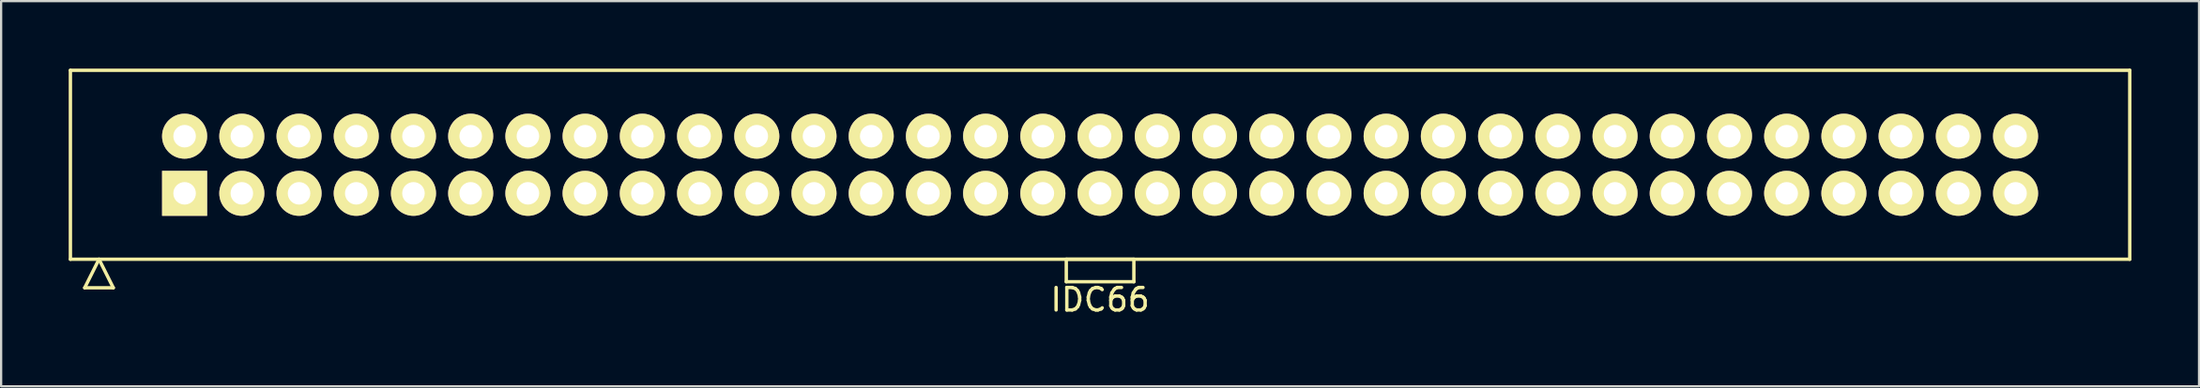
<source format=kicad_pcb>
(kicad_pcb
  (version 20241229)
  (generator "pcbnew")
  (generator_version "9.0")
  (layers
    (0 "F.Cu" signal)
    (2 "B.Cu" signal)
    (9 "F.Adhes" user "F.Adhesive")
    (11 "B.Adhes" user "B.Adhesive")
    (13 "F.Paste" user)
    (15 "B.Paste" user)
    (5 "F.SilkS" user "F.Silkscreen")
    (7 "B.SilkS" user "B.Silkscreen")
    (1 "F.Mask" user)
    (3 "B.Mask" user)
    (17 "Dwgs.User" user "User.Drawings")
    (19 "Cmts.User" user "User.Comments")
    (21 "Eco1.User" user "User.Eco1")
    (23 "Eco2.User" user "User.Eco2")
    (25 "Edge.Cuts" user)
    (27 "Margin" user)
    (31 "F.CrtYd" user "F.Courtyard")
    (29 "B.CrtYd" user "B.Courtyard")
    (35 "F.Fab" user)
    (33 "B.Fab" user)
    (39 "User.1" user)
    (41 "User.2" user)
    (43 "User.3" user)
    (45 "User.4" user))
  (footprint "IDC66"
    (layer "F.Cu")
    (at 45.785 4.275)
    (property "Reference" "IDC66" (at 0 6 0) (layer "F.SilkS") (effects (font (size 1 1) (thickness 0.15))))
    (attr through_hole)
    (fp_line (start -45.71 -4.2) (end -45.71 4.2) (stroke (width 0.15) (type solid)) (layer "F.SilkS"))
    (fp_line (start -45.71 4.2) (end 45.71 4.2) (stroke (width 0.15) (type solid)) (layer "F.SilkS"))
    (fp_line (start -45.075 5.47) (end -44.44 4.2) (stroke (width 0.15) (type solid)) (layer "F.SilkS"))
    (fp_line (start -45.075 5.47) (end -43.805 5.47) (stroke (width 0.15) (type solid)) (layer "F.SilkS"))
    (fp_line (start -43.805 5.47) (end -44.44 4.2) (stroke (width 0.15) (type solid)) (layer "F.SilkS"))
    (fp_line (start -1.5 4.2) (end -1.5 5.2) (stroke (width 0.15) (type solid)) (layer "F.SilkS"))
    (fp_line (start -1.5 5.2) (end 1.5 5.2) (stroke (width 0.15) (type solid)) (layer "F.SilkS"))
    (fp_line (start 1.5 4.2) (end -1.5 4.2) (stroke (width 0.15) (type solid)) (layer "F.SilkS"))
    (fp_line (start 1.5 5.2) (end 1.5 4.2) (stroke (width 0.15) (type solid)) (layer "F.SilkS"))
    (fp_line (start 45.71 -4.2) (end -45.71 -4.2) (stroke (width 0.15) (type solid)) (layer "F.SilkS"))
    (fp_line (start 45.71 4.2) (end 45.71 -4.2) (stroke (width 0.15) (type solid)) (layer "F.SilkS"))
    (pad "1" thru_hole rect (at -40.64 1.27) (size 2 2) (drill 1) (layers "*.Cu" "*.Mask" "F.SilkS"))
    (pad "2" thru_hole circle (at -40.64 -1.27) (size 2 2) (drill 1) (layers "*.Cu" "*.Mask" "F.SilkS"))
    (pad "3" thru_hole circle (at -38.1 1.27) (size 2 2) (drill 1) (layers "*.Cu" "*.Mask" "F.SilkS"))
    (pad "4" thru_hole circle (at -38.1 -1.27) (size 2 2) (drill 1) (layers "*.Cu" "*.Mask" "F.SilkS"))
    (pad "5" thru_hole circle (at -35.56 1.27) (size 2 2) (drill 1) (layers "*.Cu" "*.Mask" "F.SilkS"))
    (pad "6" thru_hole circle (at -35.56 -1.27) (size 2 2) (drill 1) (layers "*.Cu" "*.Mask" "F.SilkS"))
    (pad "7" thru_hole circle (at -33.02 1.27) (size 2 2) (drill 1) (layers "*.Cu" "*.Mask" "F.SilkS"))
    (pad "8" thru_hole circle (at -33.02 -1.27) (size 2 2) (drill 1) (layers "*.Cu" "*.Mask" "F.SilkS"))
    (pad "9" thru_hole circle (at -30.48 1.27) (size 2 2) (drill 1) (layers "*.Cu" "*.Mask" "F.SilkS"))
    (pad "10" thru_hole circle (at -30.48 -1.27) (size 2 2) (drill 1) (layers "*.Cu" "*.Mask" "F.SilkS"))
    (pad "11" thru_hole circle (at -27.94 1.27) (size 2 2) (drill 1) (layers "*.Cu" "*.Mask" "F.SilkS"))
    (pad "12" thru_hole circle (at -27.94 -1.27) (size 2 2) (drill 1) (layers "*.Cu" "*.Mask" "F.SilkS"))
    (pad "13" thru_hole circle (at -25.4 1.27) (size 2 2) (drill 1) (layers "*.Cu" "*.Mask" "F.SilkS"))
    (pad "14" thru_hole circle (at -25.4 -1.27) (size 2 2) (drill 1) (layers "*.Cu" "*.Mask" "F.SilkS"))
    (pad "15" thru_hole circle (at -22.86 1.27) (size 2 2) (drill 1) (layers "*.Cu" "*.Mask" "F.SilkS"))
    (pad "16" thru_hole circle (at -22.86 -1.27) (size 2 2) (drill 1) (layers "*.Cu" "*.Mask" "F.SilkS"))
    (pad "17" thru_hole circle (at -20.32 1.27) (size 2 2) (drill 1) (layers "*.Cu" "*.Mask" "F.SilkS"))
    (pad "18" thru_hole circle (at -20.32 -1.27) (size 2 2) (drill 1) (layers "*.Cu" "*.Mask" "F.SilkS"))
    (pad "19" thru_hole circle (at -17.78 1.27) (size 2 2) (drill 1) (layers "*.Cu" "*.Mask" "F.SilkS"))
    (pad "20" thru_hole circle (at -17.78 -1.27) (size 2 2) (drill 1) (layers "*.Cu" "*.Mask" "F.SilkS"))
    (pad "21" thru_hole circle (at -15.24 1.27) (size 2 2) (drill 1) (layers "*.Cu" "*.Mask" "F.SilkS"))
    (pad "22" thru_hole circle (at -15.24 -1.27) (size 2 2) (drill 1) (layers "*.Cu" "*.Mask" "F.SilkS"))
    (pad "23" thru_hole circle (at -12.7 1.27) (size 2 2) (drill 1) (layers "*.Cu" "*.Mask" "F.SilkS"))
    (pad "24" thru_hole circle (at -12.7 -1.27) (size 2 2) (drill 1) (layers "*.Cu" "*.Mask" "F.SilkS"))
    (pad "25" thru_hole circle (at -10.16 1.27) (size 2 2) (drill 1) (layers "*.Cu" "*.Mask" "F.SilkS"))
    (pad "26" thru_hole circle (at -10.16 -1.27) (size 2 2) (drill 1) (layers "*.Cu" "*.Mask" "F.SilkS"))
    (pad "27" thru_hole circle (at -7.62 1.27) (size 2 2) (drill 1) (layers "*.Cu" "*.Mask" "F.SilkS"))
    (pad "28" thru_hole circle (at -7.62 -1.27) (size 2 2) (drill 1) (layers "*.Cu" "*.Mask" "F.SilkS"))
    (pad "29" thru_hole circle (at -5.08 1.27) (size 2 2) (drill 1) (layers "*.Cu" "*.Mask" "F.SilkS"))
    (pad "30" thru_hole circle (at -5.08 -1.27) (size 2 2) (drill 1) (layers "*.Cu" "*.Mask" "F.SilkS"))
    (pad "31" thru_hole circle (at -2.54 1.27) (size 2 2) (drill 1) (layers "*.Cu" "*.Mask" "F.SilkS"))
    (pad "32" thru_hole circle (at -2.54 -1.27) (size 2 2) (drill 1) (layers "*.Cu" "*.Mask" "F.SilkS"))
    (pad "33" thru_hole circle (at 0 1.27) (size 2 2) (drill 1) (layers "*.Cu" "*.Mask" "F.SilkS"))
    (pad "34" thru_hole circle (at 0 -1.27) (size 2 2) (drill 1) (layers "*.Cu" "*.Mask" "F.SilkS"))
    (pad "35" thru_hole circle (at 2.54 1.27) (size 2 2) (drill 1) (layers "*.Cu" "*.Mask" "F.SilkS"))
    (pad "36" thru_hole circle (at 2.54 -1.27) (size 2 2) (drill 1) (layers "*.Cu" "*.Mask" "F.SilkS"))
    (pad "37" thru_hole circle (at 5.08 1.27) (size 2 2) (drill 1) (layers "*.Cu" "*.Mask" "F.SilkS"))
    (pad "38" thru_hole circle (at 5.08 -1.27) (size 2 2) (drill 1) (layers "*.Cu" "*.Mask" "F.SilkS"))
    (pad "39" thru_hole circle (at 7.62 1.27) (size 2 2) (drill 1) (layers "*.Cu" "*.Mask" "F.SilkS"))
    (pad "40" thru_hole circle (at 7.62 -1.27) (size 2 2) (drill 1) (layers "*.Cu" "*.Mask" "F.SilkS"))
    (pad "41" thru_hole circle (at 10.16 1.27) (size 2 2) (drill 1) (layers "*.Cu" "*.Mask" "F.SilkS"))
    (pad "42" thru_hole circle (at 10.16 -1.27) (size 2 2) (drill 1) (layers "*.Cu" "*.Mask" "F.SilkS"))
    (pad "43" thru_hole circle (at 12.7 1.27) (size 2 2) (drill 1) (layers "*.Cu" "*.Mask" "F.SilkS"))
    (pad "44" thru_hole circle (at 12.7 -1.27) (size 2 2) (drill 1) (layers "*.Cu" "*.Mask" "F.SilkS"))
    (pad "45" thru_hole circle (at 15.24 1.27) (size 2 2) (drill 1) (layers "*.Cu" "*.Mask" "F.SilkS"))
    (pad "46" thru_hole circle (at 15.24 -1.27) (size 2 2) (drill 1) (layers "*.Cu" "*.Mask" "F.SilkS"))
    (pad "47" thru_hole circle (at 17.78 1.27) (size 2 2) (drill 1) (layers "*.Cu" "*.Mask" "F.SilkS"))
    (pad "48" thru_hole circle (at 17.78 -1.27) (size 2 2) (drill 1) (layers "*.Cu" "*.Mask" "F.SilkS"))
    (pad "49" thru_hole circle (at 20.32 1.27) (size 2 2) (drill 1) (layers "*.Cu" "*.Mask" "F.SilkS"))
    (pad "50" thru_hole circle (at 20.32 -1.27) (size 2 2) (drill 1) (layers "*.Cu" "*.Mask" "F.SilkS"))
    (pad "51" thru_hole circle (at 22.86 1.27) (size 2 2) (drill 1) (layers "*.Cu" "*.Mask" "F.SilkS"))
    (pad "52" thru_hole circle (at 22.86 -1.27) (size 2 2) (drill 1) (layers "*.Cu" "*.Mask" "F.SilkS"))
    (pad "53" thru_hole circle (at 25.4 1.27) (size 2 2) (drill 1) (layers "*.Cu" "*.Mask" "F.SilkS"))
    (pad "54" thru_hole circle (at 25.4 -1.27) (size 2 2) (drill 1) (layers "*.Cu" "*.Mask" "F.SilkS"))
    (pad "55" thru_hole circle (at 27.94 1.27) (size 2 2) (drill 1) (layers "*.Cu" "*.Mask" "F.SilkS"))
    (pad "56" thru_hole circle (at 27.94 -1.27) (size 2 2) (drill 1) (layers "*.Cu" "*.Mask" "F.SilkS"))
    (pad "57" thru_hole circle (at 30.48 1.27) (size 2 2) (drill 1) (layers "*.Cu" "*.Mask" "F.SilkS"))
    (pad "58" thru_hole circle (at 30.48 -1.27) (size 2 2) (drill 1) (layers "*.Cu" "*.Mask" "F.SilkS"))
    (pad "59" thru_hole circle (at 33.02 1.27) (size 2 2) (drill 1) (layers "*.Cu" "*.Mask" "F.SilkS"))
    (pad "60" thru_hole circle (at 33.02 -1.27) (size 2 2) (drill 1) (layers "*.Cu" "*.Mask" "F.SilkS"))
    (pad "61" thru_hole circle (at 35.56 1.27) (size 2 2) (drill 1) (layers "*.Cu" "*.Mask" "F.SilkS"))
    (pad "62" thru_hole circle (at 35.56 -1.27) (size 2 2) (drill 1) (layers "*.Cu" "*.Mask" "F.SilkS"))
    (pad "63" thru_hole circle (at 38.1 1.27) (size 2 2) (drill 1) (layers "*.Cu" "*.Mask" "F.SilkS"))
    (pad "64" thru_hole circle (at 38.1 -1.27) (size 2 2) (drill 1) (layers "*.Cu" "*.Mask" "F.SilkS"))
    (pad "65" thru_hole circle (at 40.64 1.27) (size 2 2) (drill 1) (layers "*.Cu" "*.Mask" "F.SilkS"))
    (pad "66" thru_hole circle (at 40.64 -1.27) (size 2 2) (drill 1) (layers "*.Cu" "*.Mask" "F.SilkS")))
  (gr_rect
    (start -3 -3)
    (end 94.57 14.123)
    (stroke (width 0.1) (type default))
    (fill no)
    (layer "Edge.Cuts")))
</source>
